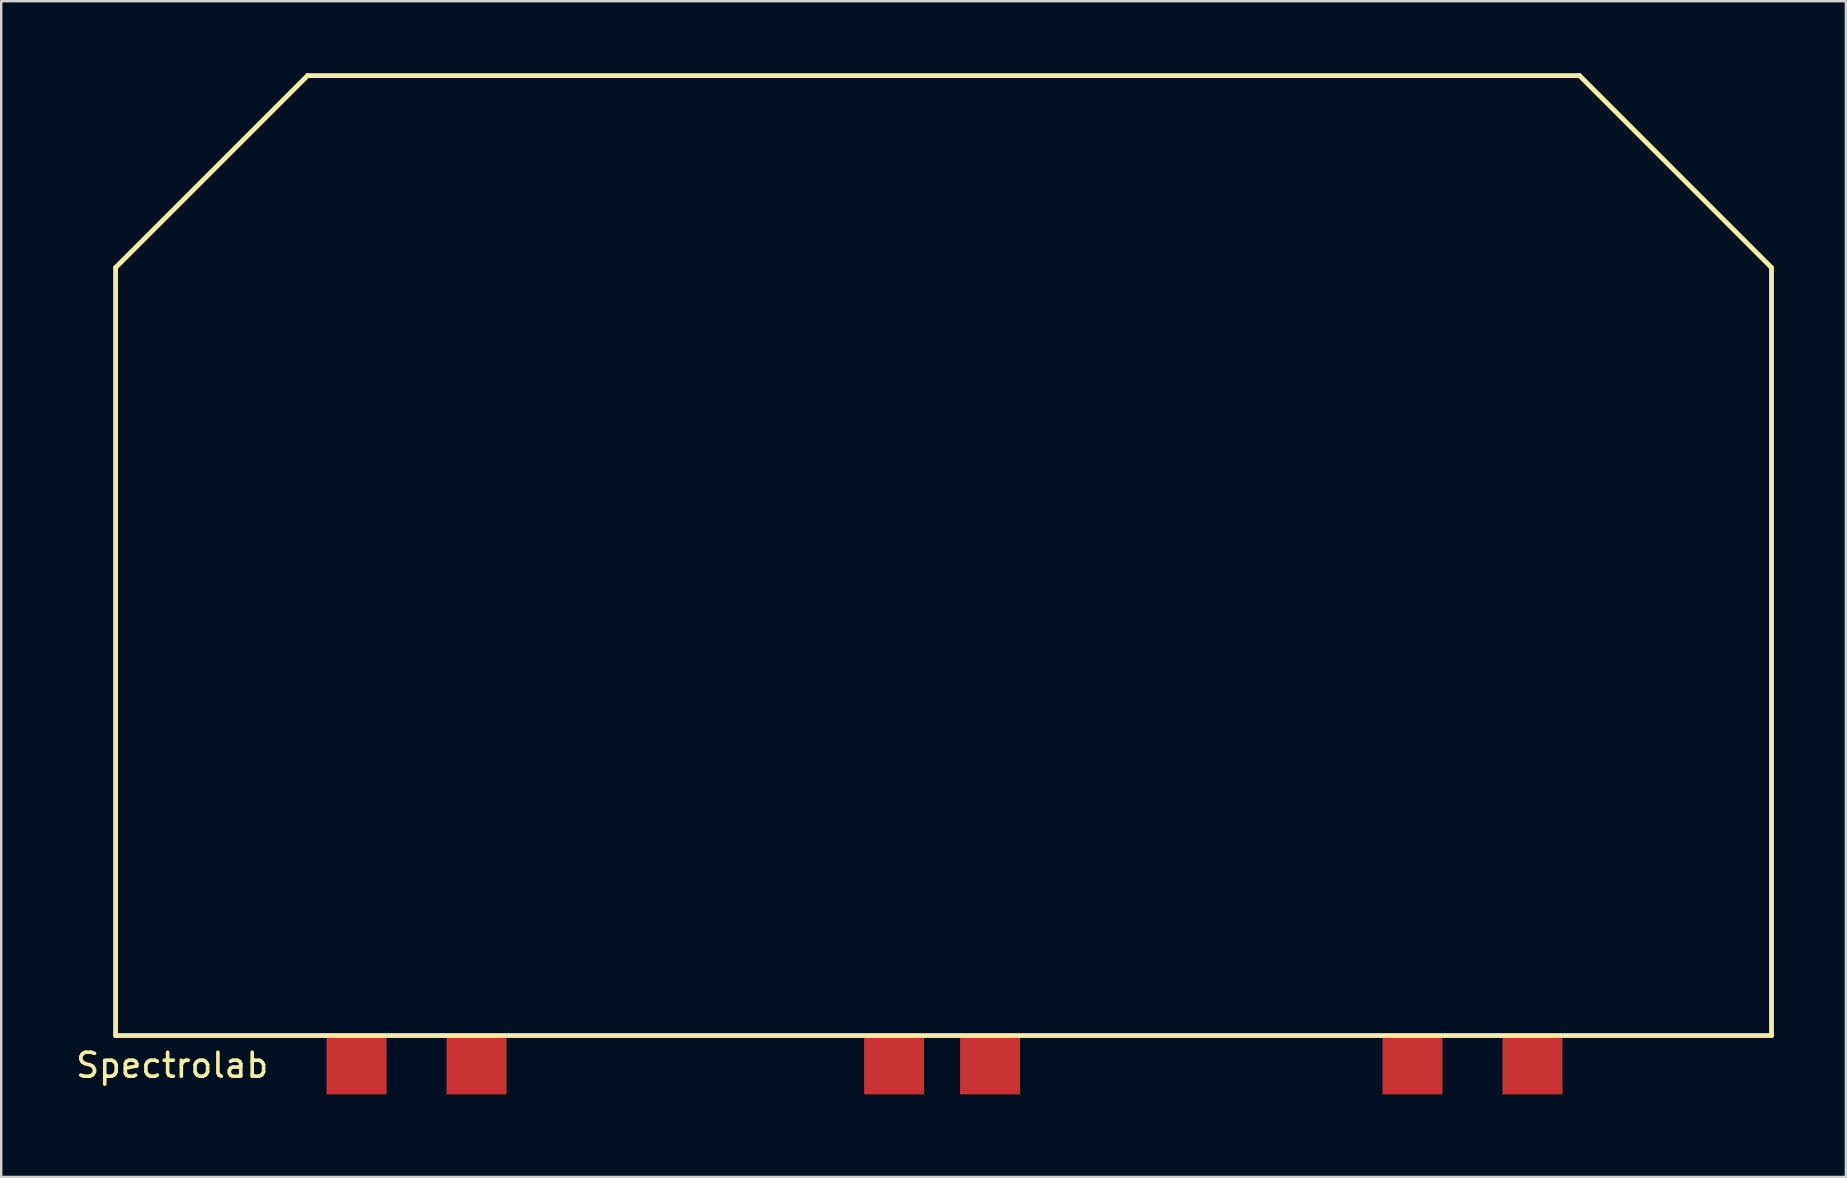
<source format=kicad_pcb>
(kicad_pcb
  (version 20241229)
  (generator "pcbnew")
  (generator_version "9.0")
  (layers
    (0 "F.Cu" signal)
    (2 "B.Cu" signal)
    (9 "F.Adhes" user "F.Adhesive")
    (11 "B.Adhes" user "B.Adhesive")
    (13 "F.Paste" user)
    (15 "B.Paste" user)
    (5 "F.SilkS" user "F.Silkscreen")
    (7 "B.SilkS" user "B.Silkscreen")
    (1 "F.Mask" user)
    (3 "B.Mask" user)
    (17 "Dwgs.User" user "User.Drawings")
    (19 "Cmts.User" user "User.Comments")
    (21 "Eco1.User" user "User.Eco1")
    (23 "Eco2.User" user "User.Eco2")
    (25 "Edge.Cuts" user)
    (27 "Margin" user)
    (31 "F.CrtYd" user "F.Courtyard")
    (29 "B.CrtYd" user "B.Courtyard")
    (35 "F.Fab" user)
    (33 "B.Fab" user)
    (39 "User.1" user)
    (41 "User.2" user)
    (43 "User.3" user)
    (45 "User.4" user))
  (footprint "Spectrolab"
    (layer "F.Cu")
    (at 36.325 42.74)
    (property "Reference" "Spectrolab" (at -32.2 -1.4 0) (layer "F.SilkS") (effects (font (size 1 1) (thickness 0.15))))
    (attr through_hole)
    (fp_line (start -34.559 -34.64) (end -26.559 -42.64) (stroke (width 0.2) (type solid)) (layer "F.SilkS"))
    (fp_line (start -34.559 -2.64) (end -34.559 -34.64) (stroke (width 0.2) (type solid)) (layer "F.SilkS"))
    (fp_line (start -26.559 -42.64) (end 26.441 -42.64) (stroke (width 0.2) (type solid)) (layer "F.SilkS"))
    (fp_line (start 26.441 -42.64) (end 34.441 -34.64) (stroke (width 0.2) (type solid)) (layer "F.SilkS"))
    (fp_line (start 34.441 -34.64) (end 34.441 -2.64) (stroke (width 0.2) (type solid)) (layer "F.SilkS"))
    (fp_line (start 34.441 -2.64) (end -34.559 -2.64) (stroke (width 0.2) (type solid)) (layer "F.SilkS"))
    (pad "1" smd rect (at -24.519 -1.44 180) (size 2.5 2.5) (layers "F.Cu" "F.Mask" "F.Paste"))
    (pad "1" smd rect (at -19.519 -1.44 180) (size 2.5 2.5) (layers "F.Cu" "F.Mask" "F.Paste"))
    (pad "1" smd rect (at 19.481 -1.44 180) (size 2.5 2.5) (layers "F.Cu" "F.Mask" "F.Paste"))
    (pad "1" smd rect (at 24.481 -1.44 180) (size 2.5 2.5) (layers "F.Cu" "F.Mask" "F.Paste"))
    (pad "2" smd rect (at -2.119 -1.44 180) (size 2.5 2.5) (layers "F.Cu" "F.Mask" "F.Paste"))
    (pad "2" smd rect (at 1.881 -1.44 180) (size 2.5 2.5) (layers "F.Cu" "F.Mask" "F.Paste")))
  (gr_rect
    (start -3 -3)
    (end 73.866 45.99)
    (stroke (width 0.1) (type default))
    (fill no)
    (layer "Edge.Cuts")))
</source>
